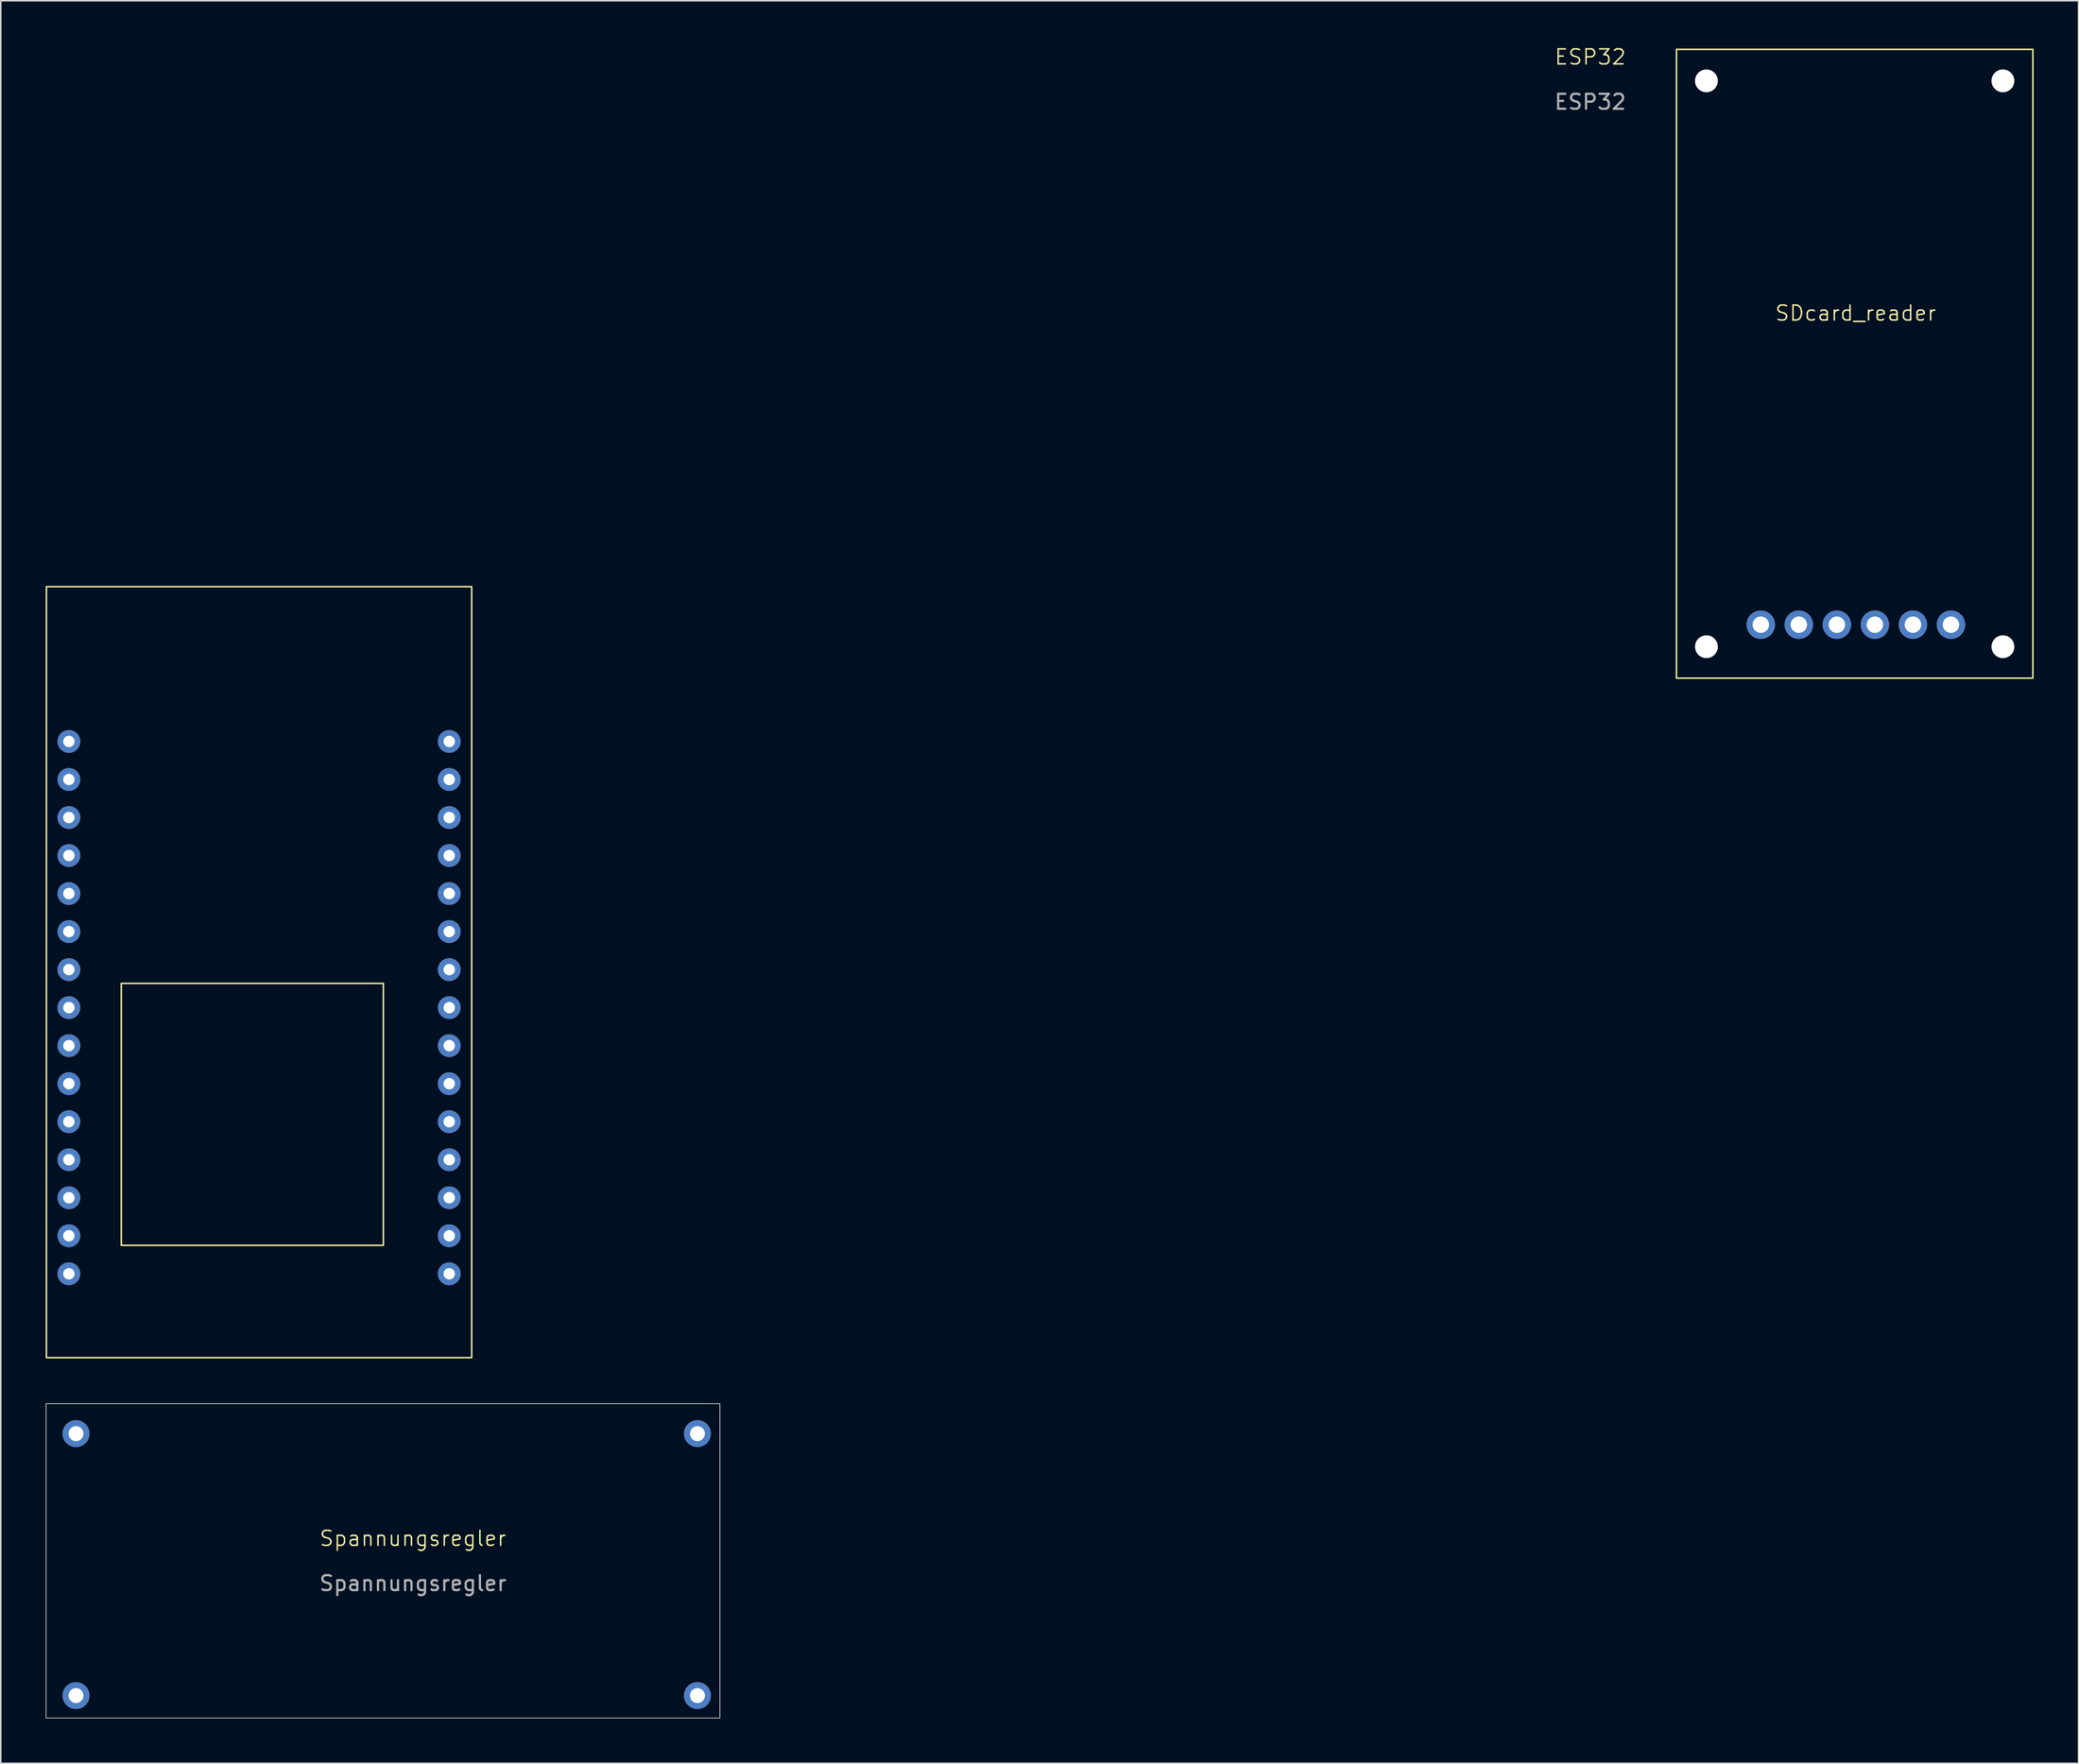
<source format=kicad_pcb>
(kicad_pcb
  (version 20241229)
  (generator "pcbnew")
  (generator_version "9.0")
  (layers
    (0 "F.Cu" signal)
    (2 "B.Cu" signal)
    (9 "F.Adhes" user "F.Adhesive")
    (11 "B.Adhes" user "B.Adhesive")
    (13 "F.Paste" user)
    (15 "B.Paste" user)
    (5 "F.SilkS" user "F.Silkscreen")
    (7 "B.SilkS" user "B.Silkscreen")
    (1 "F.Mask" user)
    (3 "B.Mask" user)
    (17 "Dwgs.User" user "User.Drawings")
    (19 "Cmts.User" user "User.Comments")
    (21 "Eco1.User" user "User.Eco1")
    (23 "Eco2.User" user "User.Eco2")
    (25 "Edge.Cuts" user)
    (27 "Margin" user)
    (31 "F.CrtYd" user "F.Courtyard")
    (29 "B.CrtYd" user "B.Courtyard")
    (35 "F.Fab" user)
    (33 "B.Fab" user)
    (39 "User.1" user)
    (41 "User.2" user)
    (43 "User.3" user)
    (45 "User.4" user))
  (footprint "SDcard_reader"
    (layer "F.Cu")
    (at 108.906 0.25)
    (property "Reference" "SDcard_reader" (at 11.97 17.62 0) (unlocked yes) (layer "F.SilkS") (effects (font (size 1 1) (thickness 0.1))))
    (attr through_hole)
    (fp_rect (start 0 0) (end 23.8 42) (stroke (width 0.1) (type default)) (fill no) (layer "F.SilkS"))
    (pad "" np_thru_hole circle (at 2 2.1) (size 1.524 1.524) (drill 2.4) (layers "*.Cu" "*.Mask"))
    (pad "" np_thru_hole circle (at 2 39.9) (size 1.524 1.524) (drill 2.4) (layers "*.Cu" "*.Mask"))
    (pad "" np_thru_hole circle (at 21.8 2.1) (size 1.524 1.524) (drill 2.4) (layers "*.Cu" "*.Mask"))
    (pad "" np_thru_hole circle (at 21.8 39.9) (size 1.524 1.524) (drill 2.4) (layers "*.Cu" "*.Mask"))
    (pad "1" thru_hole circle (at 18.33 38.43) (size 1.9 1.9) (drill 1.1) (layers "*.Cu" "*.Mask"))
    (pad "2" thru_hole circle (at 15.79 38.43) (size 1.9 1.9) (drill 1.1) (layers "*.Cu" "*.Mask"))
    (pad "3" thru_hole circle (at 13.25 38.43) (size 1.9 1.9) (drill 1.1) (layers "*.Cu" "*.Mask"))
    (pad "4" thru_hole circle (at 10.71 38.43) (size 1.9 1.9) (drill 1.1) (layers "*.Cu" "*.Mask"))
    (pad "5" thru_hole circle (at 8.17 38.43) (size 1.9 1.9) (drill 1.1) (layers "*.Cu" "*.Mask"))
    (pad "6" thru_hole circle (at 5.63 38.43) (size 1.9 1.9) (drill 1.1) (layers "*.Cu" "*.Mask")))
  (footprint "ESP32"
    (layer "F.Cu")
    (at 1.55 82.04)
    (property "Reference" "ESP32" (at 101.6 -81.28 0) (unlocked yes) (layer "F.SilkS") (effects (font (size 1 1) (thickness 0.1))))
    (attr through_hole)
    (fp_rect (start -1.5 5.6) (end 26.9 -45.9) (stroke (width 0.1) (type default)) (fill no) (layer "F.SilkS"))
    (fp_rect (start 3.5 -19.4) (end 21 -1.9) (stroke (width 0.1) (type default)) (fill no) (layer "F.SilkS"))
    (fp_text user "${REFERENCE}" (at 101.6 -78.28 0) (unlocked yes) (layer "F.Fab") (effects (font (size 1 1) (thickness 0.15))))
    (pad "1" thru_hole circle (at 0 0) (size 1.524 1.524) (drill 0.762) (layers "*.Cu" "*.Mask"))
    (pad "2" thru_hole circle (at 0 -2.54) (size 1.524 1.524) (drill 0.762) (layers "*.Cu" "*.Mask"))
    (pad "3" thru_hole circle (at 0 -5.08) (size 1.524 1.524) (drill 0.762) (layers "*.Cu" "*.Mask"))
    (pad "4" thru_hole circle (at 0 -7.62) (size 1.524 1.524) (drill 0.762) (layers "*.Cu" "*.Mask"))
    (pad "5" thru_hole circle (at 0 -10.16) (size 1.524 1.524) (drill 0.762) (layers "*.Cu" "*.Mask"))
    (pad "6" thru_hole circle (at 0 -12.7) (size 1.524 1.524) (drill 0.762) (layers "*.Cu" "*.Mask"))
    (pad "7" thru_hole circle (at 0 -15.24) (size 1.524 1.524) (drill 0.762) (layers "*.Cu" "*.Mask"))
    (pad "8" thru_hole circle (at 0 -17.78) (size 1.524 1.524) (drill 0.762) (layers "*.Cu" "*.Mask"))
    (pad "9" thru_hole circle (at 0 -20.32) (size 1.524 1.524) (drill 0.762) (layers "*.Cu" "*.Mask"))
    (pad "10" thru_hole circle (at 0 -22.86) (size 1.524 1.524) (drill 0.762) (layers "*.Cu" "*.Mask"))
    (pad "11" thru_hole circle (at 0 -25.4) (size 1.524 1.524) (drill 0.762) (layers "*.Cu" "*.Mask"))
    (pad "12" thru_hole circle (at 0 -27.94) (size 1.524 1.524) (drill 0.762) (layers "*.Cu" "*.Mask"))
    (pad "13" thru_hole circle (at 0 -30.48) (size 1.524 1.524) (drill 0.762) (layers "*.Cu" "*.Mask"))
    (pad "14" thru_hole circle (at 0 -33.02) (size 1.524 1.524) (drill 0.762) (layers "*.Cu" "*.Mask"))
    (pad "15" thru_hole circle (at 0 -35.56) (size 1.524 1.524) (drill 0.762) (layers "*.Cu" "*.Mask"))
    (pad "16" thru_hole circle (at 25.4 -35.56) (size 1.524 1.524) (drill 0.762) (layers "*.Cu" "*.Mask"))
    (pad "17" thru_hole circle (at 25.4 -33.02) (size 1.524 1.524) (drill 0.762) (layers "*.Cu" "*.Mask"))
    (pad "18" thru_hole circle (at 25.4 -30.48) (size 1.524 1.524) (drill 0.762) (layers "*.Cu" "*.Mask"))
    (pad "19" thru_hole circle (at 25.4 -27.94) (size 1.524 1.524) (drill 0.762) (layers "*.Cu" "*.Mask"))
    (pad "20" thru_hole circle (at 25.4 -25.4) (size 1.524 1.524) (drill 0.762) (layers "*.Cu" "*.Mask"))
    (pad "21" thru_hole circle (at 25.4 -22.86) (size 1.524 1.524) (drill 0.762) (layers "*.Cu" "*.Mask"))
    (pad "22" thru_hole circle (at 25.4 -20.32) (size 1.524 1.524) (drill 0.762) (layers "*.Cu" "*.Mask"))
    (pad "23" thru_hole circle (at 25.4 -17.78) (size 1.524 1.524) (drill 0.762) (layers "*.Cu" "*.Mask"))
    (pad "24" thru_hole circle (at 25.4 -15.24) (size 1.524 1.524) (drill 0.762) (layers "*.Cu" "*.Mask"))
    (pad "25" thru_hole circle (at 25.4 -12.7) (size 1.524 1.524) (drill 0.762) (layers "*.Cu" "*.Mask"))
    (pad "26" thru_hole circle (at 25.4 -10.16) (size 1.524 1.524) (drill 0.762) (layers "*.Cu" "*.Mask"))
    (pad "27" thru_hole circle (at 25.4 -7.62) (size 1.524 1.524) (drill 0.762) (layers "*.Cu" "*.Mask"))
    (pad "28" thru_hole circle (at 25.4 -5.08) (size 1.524 1.524) (drill 0.762) (layers "*.Cu" "*.Mask"))
    (pad "29" thru_hole circle (at 25.4 -2.54) (size 1.524 1.524) (drill 0.762) (layers "*.Cu" "*.Mask"))
    (pad "30" thru_hole circle (at 25.4 0) (size 1.524 1.524) (drill 0.762) (layers "*.Cu" "*.Mask")))
  (footprint "Spannungsregler"
    (layer "F.Cu")
    (at 2.025 92.716)
    (property "Reference" "Spannungsregler" (at 22.5 7 0) (unlocked yes) (layer "F.SilkS") (effects (font (size 1 1) (thickness 0.1))))
    (fp_rect (start -2 -2) (end 43 19) (stroke (width 0.05) (type default)) (fill no) (layer "Edge.Cuts"))
    (fp_text user "${REFERENCE}" (at 22.5 10 0) (unlocked yes) (layer "F.Fab") (effects (font (size 1 1) (thickness 0.15))))
    (pad "1" thru_hole circle (at 0 0) (size 1.8 1.8) (drill 1) (layers "*.Cu" "*.Mask"))
    (pad "2" thru_hole circle (at 0 17.5) (size 1.8 1.8) (drill 1) (layers "*.Cu" "*.Mask"))
    (pad "3" thru_hole circle (at 41.5 0) (size 1.8 1.8) (drill 1) (layers "*.Cu" "*.Mask"))
    (pad "4" thru_hole circle (at 41.5 17.5) (size 1.8 1.8) (drill 1) (layers "*.Cu" "*.Mask")))
  (gr_rect
    (start -3 -3)
    (end 135.756 114.74)
    (stroke (width 0.1) (type default))
    (fill no)
    (layer "Edge.Cuts")))
</source>
